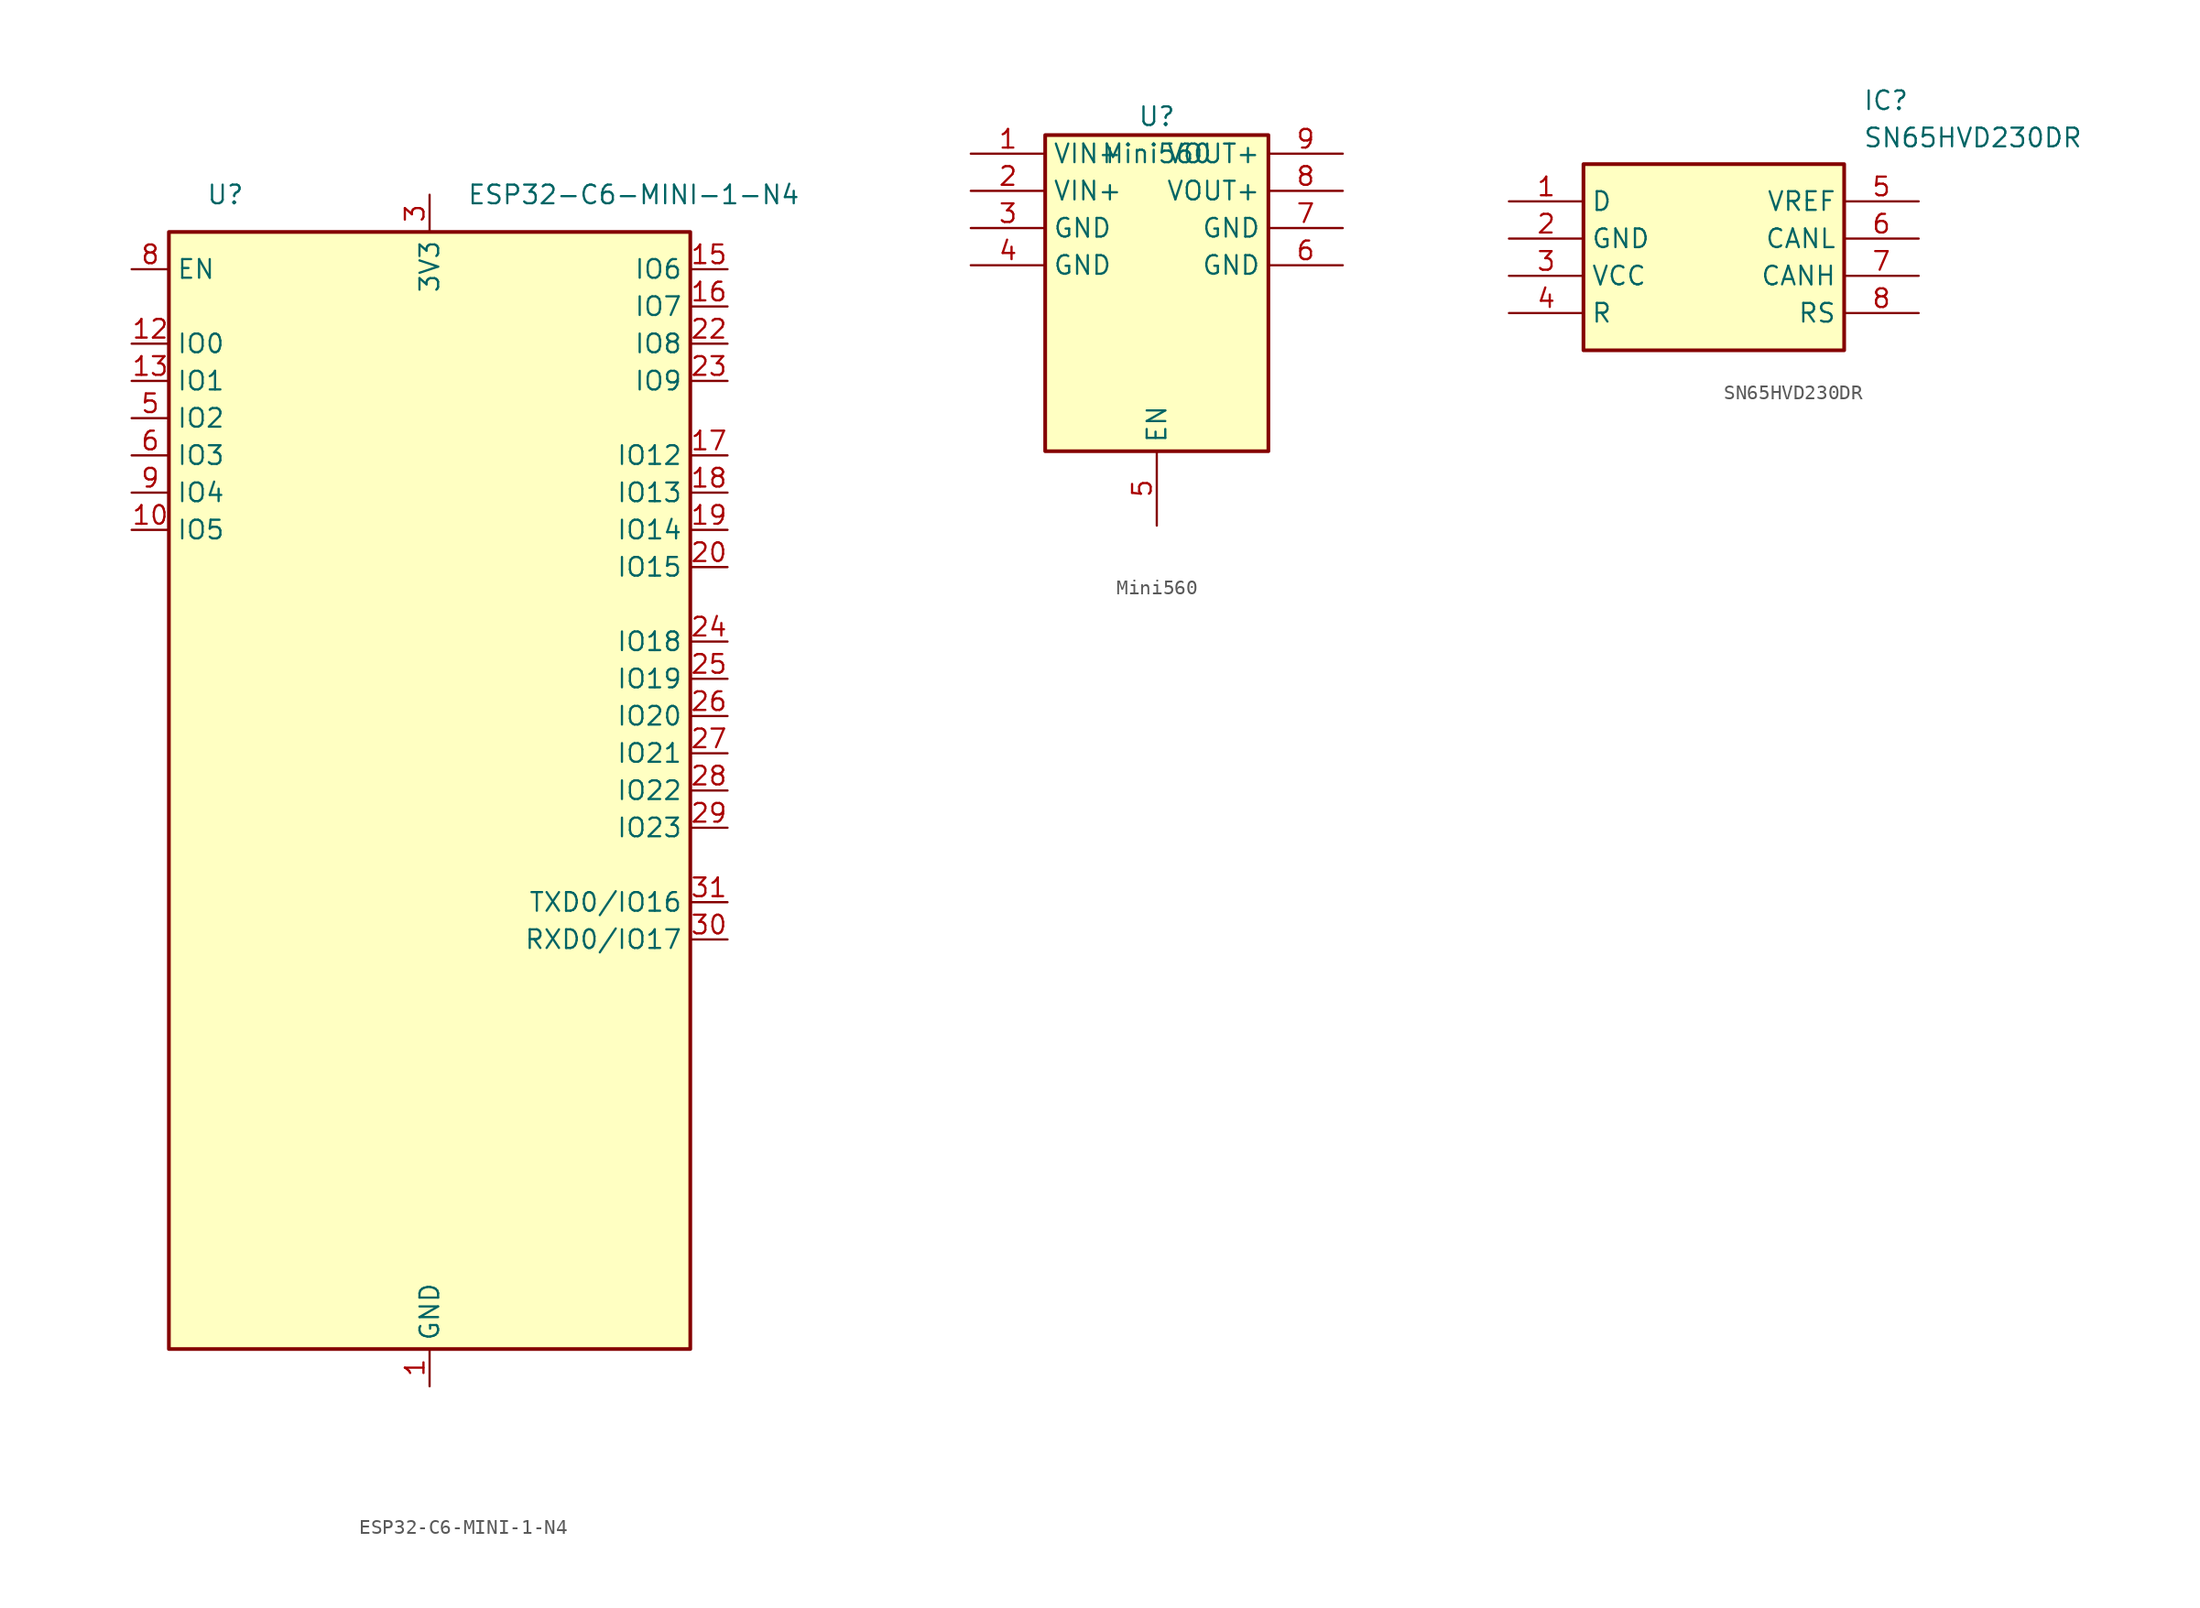
<source format=kicad_sym>
(kicad_symbol_lib
  (version 20241209)
  (generator "kicad_symbol_editor")
  (generator_version "9.0")
  (symbol "ESP32-C6-MINI-1-N4"
    (property "Reference" "U"
      (at -15.24 40.64 0)
      (effects (font (size 1.27 1.27)) (justify left)))
    (property "Value" "ESP32-C6-MINI-1-N4"
      (at 2.54 40.64 0)
      (effects (font (size 1.27 1.27)) (justify left)))
    (symbol "ESP32-C6-MINI-1-N4_0_1"
      (rectangle (start -17.78 38.1) (end 17.78 -38.1) (stroke (width 0.254) (type default)) (fill (type background))))
    (symbol "ESP32-C6-MINI-1-N4_1_1"
      (pin input line (at -20.32 35.56 0) (length 2.54) (name "EN" (effects (font (size 1.27 1.27)))) (number "8" (effects (font (size 1.27 1.27)))))
      (pin bidirectional line (at -20.32 30.48 0) (length 2.54) (name "IO0" (effects (font (size 1.27 1.27)))) (number "12" (effects (font (size 1.27 1.27)))))
      (pin bidirectional line (at -20.32 27.94 0) (length 2.54) (name "IO1" (effects (font (size 1.27 1.27)))) (number "13" (effects (font (size 1.27 1.27)))))
      (pin bidirectional line (at -20.32 25.4 0) (length 2.54) (name "IO2" (effects (font (size 1.27 1.27)))) (number "5" (effects (font (size 1.27 1.27)))))
      (pin bidirectional line (at -20.32 22.86 0) (length 2.54) (name "IO3" (effects (font (size 1.27 1.27)))) (number "6" (effects (font (size 1.27 1.27)))))
      (pin bidirectional line (at -20.32 20.32 0) (length 2.54) (name "IO4" (effects (font (size 1.27 1.27)))) (number "9" (effects (font (size 1.27 1.27)))))
      (pin bidirectional line (at -20.32 17.78 0) (length 2.54) (name "IO5" (effects (font (size 1.27 1.27)))) (number "10" (effects (font (size 1.27 1.27)))))
      (pin bidirectional line (at 20.32 35.56 180) (length 2.54) (name "IO6" (effects (font (size 1.27 1.27)))) (number "15" (effects (font (size 1.27 1.27)))))
      (pin bidirectional line (at 20.32 33.02 180) (length 2.54) (name "IO7" (effects (font (size 1.27 1.27)))) (number "16" (effects (font (size 1.27 1.27)))))
      (pin bidirectional line (at 20.32 30.48 180) (length 2.54) (name "IO8" (effects (font (size 1.27 1.27)))) (number "22" (effects (font (size 1.27 1.27)))))
      (pin bidirectional line (at 20.32 27.94 180) (length 2.54) (name "IO9" (effects (font (size 1.27 1.27)))) (number "23" (effects (font (size 1.27 1.27)))))
      (pin bidirectional line (at 20.32 22.86 180) (length 2.54) (name "IO12" (effects (font (size 1.27 1.27)))) (number "17" (effects (font (size 1.27 1.27)))))
      (pin bidirectional line (at 20.32 20.32 180) (length 2.54) (name "IO13" (effects (font (size 1.27 1.27)))) (number "18" (effects (font (size 1.27 1.27)))))
      (pin bidirectional line (at 20.32 17.78 180) (length 2.54) (name "IO14" (effects (font (size 1.27 1.27)))) (number "19" (effects (font (size 1.27 1.27)))))
      (pin bidirectional line (at 20.32 15.24 180) (length 2.54) (name "IO15" (effects (font (size 1.27 1.27)))) (number "20" (effects (font (size 1.27 1.27)))))
      (pin bidirectional line (at 20.32 10.16 180) (length 2.54) (name "IO18" (effects (font (size 1.27 1.27)))) (number "24" (effects (font (size 1.27 1.27)))))
      (pin bidirectional line (at 20.32 7.62 180) (length 2.54) (name "IO19" (effects (font (size 1.27 1.27)))) (number "25" (effects (font (size 1.27 1.27)))))
      (pin bidirectional line (at 20.32 5.08 180) (length 2.54) (name "IO20" (effects (font (size 1.27 1.27)))) (number "26" (effects (font (size 1.27 1.27)))))
      (pin bidirectional line (at 20.32 2.54 180) (length 2.54) (name "IO21" (effects (font (size 1.27 1.27)))) (number "27" (effects (font (size 1.27 1.27)))))
      (pin bidirectional line (at 20.32 0 180) (length 2.54) (name "IO22" (effects (font (size 1.27 1.27)))) (number "28" (effects (font (size 1.27 1.27)))))
      (pin bidirectional line (at 20.32 -2.54 180) (length 2.54) (name "IO23" (effects (font (size 1.27 1.27)))) (number "29" (effects (font (size 1.27 1.27)))))
      (pin bidirectional line (at 20.32 -7.62 180) (length 2.54) (name "TXD0/IO16" (effects (font (size 1.27 1.27)))) (number "31" (effects (font (size 1.27 1.27)))))
      (pin bidirectional line (at 20.32 -10.16 180) (length 2.54) (name "RXD0/IO17" (effects (font (size 1.27 1.27)))) (number "30" (effects (font (size 1.27 1.27)))))
      (pin power_in line (at 0 40.64 270) (length 2.54) (name "3V3" (effects (font (size 1.27 1.27)))) (number "3" (effects (font (size 1.27 1.27)))))
      (pin power_in line (at 0 -40.64 90) (length 2.54) (name "GND" (effects (font (size 1.27 1.27)))) (number "1" (effects (font (size 1.27 1.27)))))
      (pin passive line (at 0 -40.64 90) (length 2.54) (hide yes) (name "GND" (effects (font (size 1.27 1.27)))) (number "2" (effects (font (size 1.27 1.27)))))
      (pin passive line (at 0 -40.64 90) (length 2.54) (hide yes) (name "GND" (effects (font (size 1.27 1.27)))) (number "11" (effects (font (size 1.27 1.27)))))
      (pin passive line (at 0 -40.64 90) (length 2.54) (hide yes) (name "GND" (effects (font (size 1.27 1.27)))) (number "14" (effects (font (size 1.27 1.27)))))
      (pin passive line (at 0 -40.64 90) (length 2.54) (hide yes) (name "GND" (effects (font (size 1.27 1.27)))) (number "36" (effects (font (size 1.27 1.27)))))
      (pin passive line (at 0 -40.64 90) (length 2.54) (hide yes) (name "GND" (effects (font (size 1.27 1.27)))) (number "37" (effects (font (size 1.27 1.27)))))
      (pin passive line (at 0 -40.64 90) (length 2.54) (hide yes) (name "GND" (effects (font (size 1.27 1.27)))) (number "38" (effects (font (size 1.27 1.27)))))
      (pin passive line (at 0 -40.64 90) (length 2.54) (hide yes) (name "GND" (effects (font (size 1.27 1.27)))) (number "39" (effects (font (size 1.27 1.27)))))
      (pin passive line (at 0 -40.64 90) (length 2.54) (hide yes) (name "GND" (effects (font (size 1.27 1.27)))) (number "40" (effects (font (size 1.27 1.27)))))
      (pin passive line (at 0 -40.64 90) (length 2.54) (hide yes) (name "GND" (effects (font (size 1.27 1.27)))) (number "41" (effects (font (size 1.27 1.27)))))
      (pin passive line (at 0 -40.64 90) (length 2.54) (hide yes) (name "GND" (effects (font (size 1.27 1.27)))) (number "42" (effects (font (size 1.27 1.27)))))
      (pin passive line (at 0 -40.64 90) (length 2.54) (hide yes) (name "GND" (effects (font (size 1.27 1.27)))) (number "43" (effects (font (size 1.27 1.27)))))
      (pin passive line (at 0 -40.64 90) (length 2.54) (hide yes) (name "GND" (effects (font (size 1.27 1.27)))) (number "44" (effects (font (size 1.27 1.27)))))
      (pin passive line (at 0 -40.64 90) (length 2.54) (hide yes) (name "GND" (effects (font (size 1.27 1.27)))) (number "45" (effects (font (size 1.27 1.27)))))
      (pin passive line (at 0 -40.64 90) (length 2.54) (hide yes) (name "GND" (effects (font (size 1.27 1.27)))) (number "46" (effects (font (size 1.27 1.27)))))
      (pin passive line (at 0 -40.64 90) (length 2.54) (hide yes) (name "GND" (effects (font (size 1.27 1.27)))) (number "47" (effects (font (size 1.27 1.27)))))
      (pin passive line (at 0 -40.64 90) (length 2.54) (hide yes) (name "GND" (effects (font (size 1.27 1.27)))) (number "48" (effects (font (size 1.27 1.27)))))
      (pin passive line (at 0 -40.64 90) (length 2.54) (hide yes) (name "GND" (effects (font (size 1.27 1.27)))) (number "49" (effects (font (size 1.27 1.27)))))
      (pin passive line (at 0 -40.64 90) (length 2.54) (hide yes) (name "GND" (effects (font (size 1.27 1.27)))) (number "50" (effects (font (size 1.27 1.27)))))
      (pin passive line (at 0 -40.64 90) (length 2.54) (hide yes) (name "GND" (effects (font (size 1.27 1.27)))) (number "51" (effects (font (size 1.27 1.27)))))
      (pin passive line (at 0 -40.64 90) (length 2.54) (hide yes) (name "GND" (effects (font (size 1.27 1.27)))) (number "52" (effects (font (size 1.27 1.27)))))
      (pin passive line (at 0 -40.64 90) (length 2.54) (hide yes) (name "GND" (effects (font (size 1.27 1.27)))) (number "53" (effects (font (size 1.27 1.27)))))
      (pin no_connect line (at -17.78 -33.02 0) (length 2.54) (hide yes) (name "NC" (effects (font (size 1.27 1.27)))) (number "4" (effects (font (size 1.27 1.27)))))
      (pin no_connect line (at -17.78 -35.56 0) (length 2.54) (hide yes) (name "NC" (effects (font (size 1.27 1.27)))) (number "7" (effects (font (size 1.27 1.27)))))
      (pin no_connect line (at 17.78 -33.02 180) (length 2.54) (hide yes) (name "NC" (effects (font (size 1.27 1.27)))) (number "21" (effects (font (size 1.27 1.27)))))
      (pin no_connect line (at 17.78 -35.56 180) (length 2.54) (hide yes) (name "NC" (effects (font (size 1.27 1.27)))) (number "32" (effects (font (size 1.27 1.27)))))
      (pin no_connect line (at 17.78 -30.48 180) (length 2.54) (hide yes) (name "NC" (effects (font (size 1.27 1.27)))) (number "33" (effects (font (size 1.27 1.27)))))
      (pin no_connect line (at 17.78 -27.94 180) (length 2.54) (hide yes) (name "NC" (effects (font (size 1.27 1.27)))) (number "34" (effects (font (size 1.27 1.27)))))
      (pin no_connect line (at 17.78 -25.4 180) (length 2.54) (hide yes) (name "NC" (effects (font (size 1.27 1.27)))) (number "35" (effects (font (size 1.27 1.27)))))))
  (symbol "Mini560"
    (property "Reference" "U"
      (at 12.7 2.54 0)
      (effects (font (size 1.27 1.27))))
    (property "Value" "Mini560"
      (at 12.7 0 0)
      (effects (font (size 1.27 1.27))))
    (symbol "Mini560_0_1"
      (rectangle (start 5.08 1.27) (end 20.32 -20.32) (stroke (width 0.254) (type default)) (fill (type background)))
      (pin power_in line (at 0 0 0) (length 5.08) (name "VIN+" (effects (font (size 1.27 1.27)))) (number "1" (effects (font (size 1.27 1.27)))))
      (pin passive line (at 0 -2.54 0) (length 5.08) (name "VIN+" (effects (font (size 1.27 1.27)))) (number "2" (effects (font (size 1.27 1.27)))))
      (pin power_in line (at 0 -5.08 0) (length 5.08) (name "GND" (effects (font (size 1.27 1.27)))) (number "3" (effects (font (size 1.27 1.27)))))
      (pin passive line (at 0 -7.62 0) (length 5.08) (name "GND" (effects (font (size 1.27 1.27)))) (number "4" (effects (font (size 1.27 1.27)))))
      (pin input line (at 12.7 -25.4 90) (length 5.08) (name "EN" (effects (font (size 1.27 1.27)))) (number "5" (effects (font (size 1.27 1.27)))))
      (pin passive line (at 25.4 -7.62 180) (length 5.08) (name "GND" (effects (font (size 1.27 1.27)))) (number "6" (effects (font (size 1.27 1.27)))))
      (pin passive line (at 25.4 -5.08 180) (length 5.08) (name "GND" (effects (font (size 1.27 1.27)))) (number "7" (effects (font (size 1.27 1.27)))))
      (pin power_out line (at 25.4 -2.54 180) (length 5.08) (name "VOUT+" (effects (font (size 1.27 1.27)))) (number "8" (effects (font (size 1.27 1.27)))))
      (pin passive line (at 25.4 0 180) (length 5.08) (name "VOUT+" (effects (font (size 1.27 1.27)))) (number "9" (effects (font (size 1.27 1.27)))))))
  (symbol "SN65HVD230DR"
    (property "Reference" "IC"
      (at 24.13 7.62 0)
      (effects (font (size 1.27 1.27)) (justify left top)))
    (property "Value" "SN65HVD230DR"
      (at 24.13 5.08 0)
      (effects (font (size 1.27 1.27)) (justify left top)))
    (symbol "SN65HVD230DR_0_1"
      (rectangle (start 5.08 2.54) (end 22.86 -10.16) (stroke (width 0.254) (type default)) (fill (type background)))
      (pin passive line (at 0 0 0) (length 5.08) (name "D" (effects (font (size 1.27 1.27)))) (number "1" (effects (font (size 1.27 1.27)))))
      (pin passive line (at 0 -2.54 0) (length 5.08) (name "GND" (effects (font (size 1.27 1.27)))) (number "2" (effects (font (size 1.27 1.27)))))
      (pin passive line (at 0 -5.08 0) (length 5.08) (name "VCC" (effects (font (size 1.27 1.27)))) (number "3" (effects (font (size 1.27 1.27)))))
      (pin passive line (at 0 -7.62 0) (length 5.08) (name "R" (effects (font (size 1.27 1.27)))) (number "4" (effects (font (size 1.27 1.27)))))
      (pin passive line (at 27.94 0 180) (length 5.08) (name "VREF" (effects (font (size 1.27 1.27)))) (number "5" (effects (font (size 1.27 1.27)))))
      (pin passive line (at 27.94 -2.54 180) (length 5.08) (name "CANL" (effects (font (size 1.27 1.27)))) (number "6" (effects (font (size 1.27 1.27)))))
      (pin passive line (at 27.94 -5.08 180) (length 5.08) (name "CANH" (effects (font (size 1.27 1.27)))) (number "7" (effects (font (size 1.27 1.27)))))
      (pin passive line (at 27.94 -7.62 180) (length 5.08) (name "RS" (effects (font (size 1.27 1.27)))) (number "8" (effects (font (size 1.27 1.27))))))))
</source>
